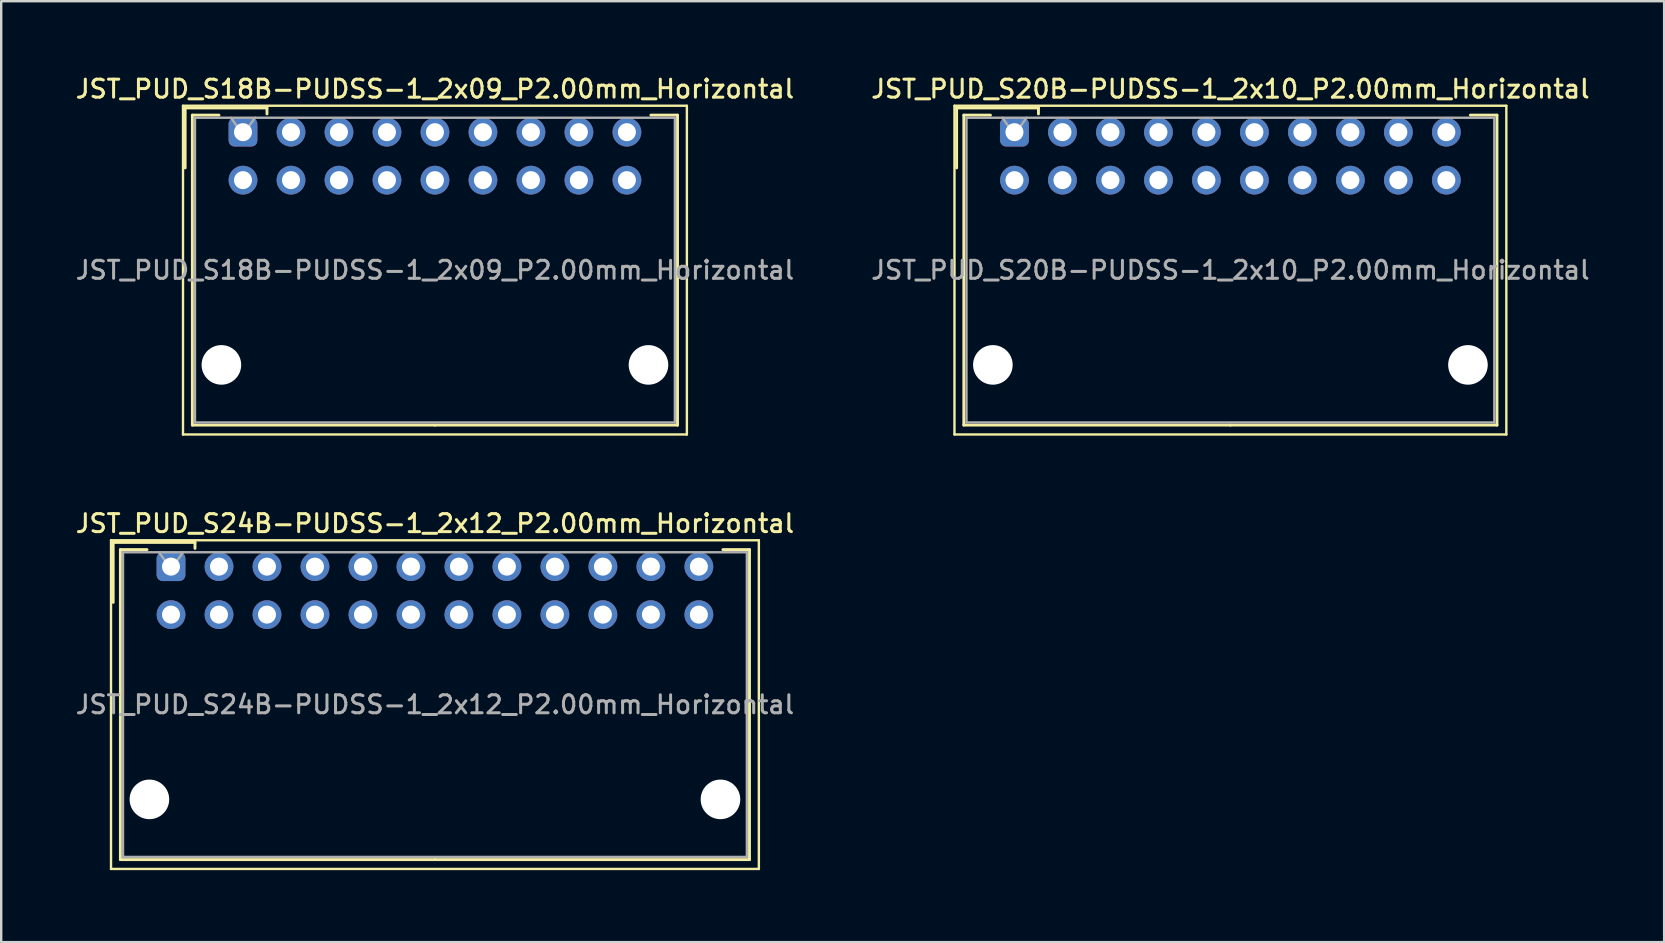
<source format=kicad_pcb>
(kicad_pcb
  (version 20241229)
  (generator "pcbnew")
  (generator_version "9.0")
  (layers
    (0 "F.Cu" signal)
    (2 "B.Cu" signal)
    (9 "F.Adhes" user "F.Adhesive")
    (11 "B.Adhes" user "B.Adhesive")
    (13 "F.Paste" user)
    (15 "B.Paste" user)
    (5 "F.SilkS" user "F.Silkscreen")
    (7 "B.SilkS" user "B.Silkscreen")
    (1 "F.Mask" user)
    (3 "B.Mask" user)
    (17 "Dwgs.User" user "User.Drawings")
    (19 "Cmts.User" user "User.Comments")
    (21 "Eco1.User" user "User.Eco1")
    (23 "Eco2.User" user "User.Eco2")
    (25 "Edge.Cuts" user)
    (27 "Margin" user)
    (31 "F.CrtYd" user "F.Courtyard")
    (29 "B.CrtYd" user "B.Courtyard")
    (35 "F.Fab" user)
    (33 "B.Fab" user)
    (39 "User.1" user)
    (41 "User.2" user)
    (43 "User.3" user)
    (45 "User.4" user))
  (footprint "JST_PUD_S18B-PUDSS-1_2x09_P2.00mm_Horizontal"
    (layer "F.Cu")
    (at 7.077 2.458)
    (property "Reference" "JST_PUD_S18B-PUDSS-1_2x09_P2.00mm_Horizontal" (at 8 -1.8 0) (layer "F.SilkS") (effects (font (size 0.75 0.75) (thickness 0.125))))
    (attr through_hole)
    (fp_line (start -2.5 -1.1) (end -2.5 12.6) (stroke (width 0.1) (type solid)) (layer "F.SilkS"))
    (fp_line (start -2.5 12.6) (end 18.5 12.6) (stroke (width 0.1) (type solid)) (layer "F.SilkS"))
    (fp_line (start -2.41 -1.01) (end -2.41 1.49) (stroke (width 0.12) (type solid)) (layer "F.SilkS"))
    (fp_line (start -2.11 -0.71) (end -2.11 12.21) (stroke (width 0.12) (type solid)) (layer "F.SilkS"))
    (fp_line (start -2.11 12.21) (end 8 12.21) (stroke (width 0.12) (type solid)) (layer "F.SilkS"))
    (fp_line (start -1 -0.71) (end -2.11 -0.71) (stroke (width 0.12) (type solid)) (layer "F.SilkS"))
    (fp_line (start 1 -1.01) (end -2.41 -1.01) (stroke (width 0.12) (type solid)) (layer "F.SilkS"))
    (fp_line (start 1 -0.76) (end 1 -1.01) (stroke (width 0.12) (type solid)) (layer "F.SilkS"))
    (fp_line (start 17 -0.71) (end 18.11 -0.71) (stroke (width 0.12) (type solid)) (layer "F.SilkS"))
    (fp_line (start 18.11 -0.71) (end 18.11 12.21) (stroke (width 0.12) (type solid)) (layer "F.SilkS"))
    (fp_line (start 18.11 12.21) (end 8 12.21) (stroke (width 0.12) (type solid)) (layer "F.SilkS"))
    (fp_line (start 18.5 -1.1) (end -2.5 -1.1) (stroke (width 0.1) (type solid)) (layer "F.SilkS"))
    (fp_line (start 18.5 12.6) (end 18.5 -1.1) (stroke (width 0.1) (type solid)) (layer "F.SilkS"))
    (fp_line (start -2 -0.6) (end -2 12.1) (stroke (width 0.1) (type solid)) (layer "F.Fab"))
    (fp_line (start -2 12.1) (end 18 12.1) (stroke (width 0.1) (type solid)) (layer "F.Fab"))
    (fp_line (start 0 0.107) (end -0.5 -0.6) (stroke (width 0.1) (type solid)) (layer "F.Fab"))
    (fp_line (start 0.5 -0.6) (end 0 0.107) (stroke (width 0.1) (type solid)) (layer "F.Fab"))
    (fp_line (start 18 -0.6) (end -2 -0.6) (stroke (width 0.1) (type solid)) (layer "F.Fab"))
    (fp_line (start 18 12.1) (end 18 -0.6) (stroke (width 0.1) (type solid)) (layer "F.Fab"))
    (fp_text user "${REFERENCE}" (at 8 5.75 0) (layer "F.Fab") (effects (font (size 0.75 0.75) (thickness 0.125))))
    (pad "" np_thru_hole circle (at -0.9 9.7) (size 1.65 1.65) (drill 1.65) (layers "*.Cu" "*.Mask"))
    (pad "" np_thru_hole circle (at 16.9 9.7) (size 1.65 1.65) (drill 1.65) (layers "*.Cu" "*.Mask"))
    (pad "1" thru_hole roundrect (at 0 0) (size 1.2 1.2) (drill 0.75) (layers "*.Cu" "*.Mask") (roundrect_rratio 0.208))
    (pad "2" thru_hole circle (at 0 2) (size 1.2 1.2) (drill 0.75) (layers "*.Cu" "*.Mask"))
    (pad "3" thru_hole circle (at 2 0) (size 1.2 1.2) (drill 0.75) (layers "*.Cu" "*.Mask"))
    (pad "4" thru_hole circle (at 2 2) (size 1.2 1.2) (drill 0.75) (layers "*.Cu" "*.Mask"))
    (pad "5" thru_hole circle (at 4 0) (size 1.2 1.2) (drill 0.75) (layers "*.Cu" "*.Mask"))
    (pad "6" thru_hole circle (at 4 2) (size 1.2 1.2) (drill 0.75) (layers "*.Cu" "*.Mask"))
    (pad "7" thru_hole circle (at 6 0) (size 1.2 1.2) (drill 0.75) (layers "*.Cu" "*.Mask"))
    (pad "8" thru_hole circle (at 6 2) (size 1.2 1.2) (drill 0.75) (layers "*.Cu" "*.Mask"))
    (pad "9" thru_hole circle (at 8 0) (size 1.2 1.2) (drill 0.75) (layers "*.Cu" "*.Mask"))
    (pad "10" thru_hole circle (at 8 2) (size 1.2 1.2) (drill 0.75) (layers "*.Cu" "*.Mask"))
    (pad "11" thru_hole circle (at 10 0) (size 1.2 1.2) (drill 0.75) (layers "*.Cu" "*.Mask"))
    (pad "12" thru_hole circle (at 10 2) (size 1.2 1.2) (drill 0.75) (layers "*.Cu" "*.Mask"))
    (pad "13" thru_hole circle (at 12 0) (size 1.2 1.2) (drill 0.75) (layers "*.Cu" "*.Mask"))
    (pad "14" thru_hole circle (at 12 2) (size 1.2 1.2) (drill 0.75) (layers "*.Cu" "*.Mask"))
    (pad "15" thru_hole circle (at 14 0) (size 1.2 1.2) (drill 0.75) (layers "*.Cu" "*.Mask"))
    (pad "16" thru_hole circle (at 14 2) (size 1.2 1.2) (drill 0.75) (layers "*.Cu" "*.Mask"))
    (pad "17" thru_hole circle (at 16 0) (size 1.2 1.2) (drill 0.75) (layers "*.Cu" "*.Mask"))
    (pad "18" thru_hole circle (at 16 2) (size 1.2 1.2) (drill 0.75) (layers "*.Cu" "*.Mask")))
  (footprint "JST_PUD_S20B-PUDSS-1_2x10_P2.00mm_Horizontal"
    (layer "F.Cu")
    (at 39.23 2.458)
    (property "Reference" "JST_PUD_S20B-PUDSS-1_2x10_P2.00mm_Horizontal" (at 9 -1.8 0) (layer "F.SilkS") (effects (font (size 0.75 0.75) (thickness 0.125))))
    (attr through_hole)
    (fp_line (start -2.5 -1.1) (end -2.5 12.6) (stroke (width 0.1) (type solid)) (layer "F.SilkS"))
    (fp_line (start -2.5 12.6) (end 20.5 12.6) (stroke (width 0.1) (type solid)) (layer "F.SilkS"))
    (fp_line (start -2.41 -1.01) (end -2.41 1.49) (stroke (width 0.12) (type solid)) (layer "F.SilkS"))
    (fp_line (start -2.11 -0.71) (end -2.11 12.21) (stroke (width 0.12) (type solid)) (layer "F.SilkS"))
    (fp_line (start -2.11 12.21) (end 9 12.21) (stroke (width 0.12) (type solid)) (layer "F.SilkS"))
    (fp_line (start -1 -0.71) (end -2.11 -0.71) (stroke (width 0.12) (type solid)) (layer "F.SilkS"))
    (fp_line (start 1 -1.01) (end -2.41 -1.01) (stroke (width 0.12) (type solid)) (layer "F.SilkS"))
    (fp_line (start 1 -0.76) (end 1 -1.01) (stroke (width 0.12) (type solid)) (layer "F.SilkS"))
    (fp_line (start 19 -0.71) (end 20.11 -0.71) (stroke (width 0.12) (type solid)) (layer "F.SilkS"))
    (fp_line (start 20.11 -0.71) (end 20.11 12.21) (stroke (width 0.12) (type solid)) (layer "F.SilkS"))
    (fp_line (start 20.11 12.21) (end 9 12.21) (stroke (width 0.12) (type solid)) (layer "F.SilkS"))
    (fp_line (start 20.5 -1.1) (end -2.5 -1.1) (stroke (width 0.1) (type solid)) (layer "F.SilkS"))
    (fp_line (start 20.5 12.6) (end 20.5 -1.1) (stroke (width 0.1) (type solid)) (layer "F.SilkS"))
    (fp_line (start -2 -0.6) (end -2 12.1) (stroke (width 0.1) (type solid)) (layer "F.Fab"))
    (fp_line (start -2 12.1) (end 20 12.1) (stroke (width 0.1) (type solid)) (layer "F.Fab"))
    (fp_line (start 0 0.107) (end -0.5 -0.6) (stroke (width 0.1) (type solid)) (layer "F.Fab"))
    (fp_line (start 0.5 -0.6) (end 0 0.107) (stroke (width 0.1) (type solid)) (layer "F.Fab"))
    (fp_line (start 20 -0.6) (end -2 -0.6) (stroke (width 0.1) (type solid)) (layer "F.Fab"))
    (fp_line (start 20 12.1) (end 20 -0.6) (stroke (width 0.1) (type solid)) (layer "F.Fab"))
    (fp_text user "${REFERENCE}" (at 9 5.75 0) (layer "F.Fab") (effects (font (size 0.75 0.75) (thickness 0.125))))
    (pad "" np_thru_hole circle (at -0.9 9.7) (size 1.65 1.65) (drill 1.65) (layers "*.Cu" "*.Mask"))
    (pad "" np_thru_hole circle (at 18.9 9.7) (size 1.65 1.65) (drill 1.65) (layers "*.Cu" "*.Mask"))
    (pad "1" thru_hole roundrect (at 0 0) (size 1.2 1.2) (drill 0.75) (layers "*.Cu" "*.Mask") (roundrect_rratio 0.208))
    (pad "2" thru_hole circle (at 0 2) (size 1.2 1.2) (drill 0.75) (layers "*.Cu" "*.Mask"))
    (pad "3" thru_hole circle (at 2 0) (size 1.2 1.2) (drill 0.75) (layers "*.Cu" "*.Mask"))
    (pad "4" thru_hole circle (at 2 2) (size 1.2 1.2) (drill 0.75) (layers "*.Cu" "*.Mask"))
    (pad "5" thru_hole circle (at 4 0) (size 1.2 1.2) (drill 0.75) (layers "*.Cu" "*.Mask"))
    (pad "6" thru_hole circle (at 4 2) (size 1.2 1.2) (drill 0.75) (layers "*.Cu" "*.Mask"))
    (pad "7" thru_hole circle (at 6 0) (size 1.2 1.2) (drill 0.75) (layers "*.Cu" "*.Mask"))
    (pad "8" thru_hole circle (at 6 2) (size 1.2 1.2) (drill 0.75) (layers "*.Cu" "*.Mask"))
    (pad "9" thru_hole circle (at 8 0) (size 1.2 1.2) (drill 0.75) (layers "*.Cu" "*.Mask"))
    (pad "10" thru_hole circle (at 8 2) (size 1.2 1.2) (drill 0.75) (layers "*.Cu" "*.Mask"))
    (pad "11" thru_hole circle (at 10 0) (size 1.2 1.2) (drill 0.75) (layers "*.Cu" "*.Mask"))
    (pad "12" thru_hole circle (at 10 2) (size 1.2 1.2) (drill 0.75) (layers "*.Cu" "*.Mask"))
    (pad "13" thru_hole circle (at 12 0) (size 1.2 1.2) (drill 0.75) (layers "*.Cu" "*.Mask"))
    (pad "14" thru_hole circle (at 12 2) (size 1.2 1.2) (drill 0.75) (layers "*.Cu" "*.Mask"))
    (pad "15" thru_hole circle (at 14 0) (size 1.2 1.2) (drill 0.75) (layers "*.Cu" "*.Mask"))
    (pad "16" thru_hole circle (at 14 2) (size 1.2 1.2) (drill 0.75) (layers "*.Cu" "*.Mask"))
    (pad "17" thru_hole circle (at 16 0) (size 1.2 1.2) (drill 0.75) (layers "*.Cu" "*.Mask"))
    (pad "18" thru_hole circle (at 16 2) (size 1.2 1.2) (drill 0.75) (layers "*.Cu" "*.Mask"))
    (pad "19" thru_hole circle (at 18 0) (size 1.2 1.2) (drill 0.75) (layers "*.Cu" "*.Mask"))
    (pad "20" thru_hole circle (at 18 2) (size 1.2 1.2) (drill 0.75) (layers "*.Cu" "*.Mask")))
  (footprint "JST_PUD_S24B-PUDSS-1_2x12_P2.00mm_Horizontal"
    (layer "F.Cu")
    (at 4.077 20.566)
    (property "Reference" "JST_PUD_S24B-PUDSS-1_2x12_P2.00mm_Horizontal" (at 11 -1.8 0) (layer "F.SilkS") (effects (font (size 0.75 0.75) (thickness 0.125))))
    (attr through_hole)
    (fp_line (start -2.5 -1.1) (end -2.5 12.6) (stroke (width 0.1) (type solid)) (layer "F.SilkS"))
    (fp_line (start -2.5 12.6) (end 24.5 12.6) (stroke (width 0.1) (type solid)) (layer "F.SilkS"))
    (fp_line (start -2.41 -1.01) (end -2.41 1.49) (stroke (width 0.12) (type solid)) (layer "F.SilkS"))
    (fp_line (start -2.11 -0.71) (end -2.11 12.21) (stroke (width 0.12) (type solid)) (layer "F.SilkS"))
    (fp_line (start -2.11 12.21) (end 11 12.21) (stroke (width 0.12) (type solid)) (layer "F.SilkS"))
    (fp_line (start -1 -0.71) (end -2.11 -0.71) (stroke (width 0.12) (type solid)) (layer "F.SilkS"))
    (fp_line (start 1 -1.01) (end -2.41 -1.01) (stroke (width 0.12) (type solid)) (layer "F.SilkS"))
    (fp_line (start 1 -0.76) (end 1 -1.01) (stroke (width 0.12) (type solid)) (layer "F.SilkS"))
    (fp_line (start 23 -0.71) (end 24.11 -0.71) (stroke (width 0.12) (type solid)) (layer "F.SilkS"))
    (fp_line (start 24.11 -0.71) (end 24.11 12.21) (stroke (width 0.12) (type solid)) (layer "F.SilkS"))
    (fp_line (start 24.11 12.21) (end 11 12.21) (stroke (width 0.12) (type solid)) (layer "F.SilkS"))
    (fp_line (start 24.5 -1.1) (end -2.5 -1.1) (stroke (width 0.1) (type solid)) (layer "F.SilkS"))
    (fp_line (start 24.5 12.6) (end 24.5 -1.1) (stroke (width 0.1) (type solid)) (layer "F.SilkS"))
    (fp_line (start -2 -0.6) (end -2 12.1) (stroke (width 0.1) (type solid)) (layer "F.Fab"))
    (fp_line (start -2 12.1) (end 24 12.1) (stroke (width 0.1) (type solid)) (layer "F.Fab"))
    (fp_line (start 0 0.107) (end -0.5 -0.6) (stroke (width 0.1) (type solid)) (layer "F.Fab"))
    (fp_line (start 0.5 -0.6) (end 0 0.107) (stroke (width 0.1) (type solid)) (layer "F.Fab"))
    (fp_line (start 24 -0.6) (end -2 -0.6) (stroke (width 0.1) (type solid)) (layer "F.Fab"))
    (fp_line (start 24 12.1) (end 24 -0.6) (stroke (width 0.1) (type solid)) (layer "F.Fab"))
    (fp_text user "${REFERENCE}" (at 11 5.75 0) (layer "F.Fab") (effects (font (size 0.75 0.75) (thickness 0.125))))
    (pad "" np_thru_hole circle (at -0.9 9.7) (size 1.65 1.65) (drill 1.65) (layers "*.Cu" "*.Mask"))
    (pad "" np_thru_hole circle (at 22.9 9.7) (size 1.65 1.65) (drill 1.65) (layers "*.Cu" "*.Mask"))
    (pad "1" thru_hole roundrect (at 0 0) (size 1.2 1.2) (drill 0.75) (layers "*.Cu" "*.Mask") (roundrect_rratio 0.208))
    (pad "2" thru_hole circle (at 0 2) (size 1.2 1.2) (drill 0.75) (layers "*.Cu" "*.Mask"))
    (pad "3" thru_hole circle (at 2 0) (size 1.2 1.2) (drill 0.75) (layers "*.Cu" "*.Mask"))
    (pad "4" thru_hole circle (at 2 2) (size 1.2 1.2) (drill 0.75) (layers "*.Cu" "*.Mask"))
    (pad "5" thru_hole circle (at 4 0) (size 1.2 1.2) (drill 0.75) (layers "*.Cu" "*.Mask"))
    (pad "6" thru_hole circle (at 4 2) (size 1.2 1.2) (drill 0.75) (layers "*.Cu" "*.Mask"))
    (pad "7" thru_hole circle (at 6 0) (size 1.2 1.2) (drill 0.75) (layers "*.Cu" "*.Mask"))
    (pad "8" thru_hole circle (at 6 2) (size 1.2 1.2) (drill 0.75) (layers "*.Cu" "*.Mask"))
    (pad "9" thru_hole circle (at 8 0) (size 1.2 1.2) (drill 0.75) (layers "*.Cu" "*.Mask"))
    (pad "10" thru_hole circle (at 8 2) (size 1.2 1.2) (drill 0.75) (layers "*.Cu" "*.Mask"))
    (pad "11" thru_hole circle (at 10 0) (size 1.2 1.2) (drill 0.75) (layers "*.Cu" "*.Mask"))
    (pad "12" thru_hole circle (at 10 2) (size 1.2 1.2) (drill 0.75) (layers "*.Cu" "*.Mask"))
    (pad "13" thru_hole circle (at 12 0) (size 1.2 1.2) (drill 0.75) (layers "*.Cu" "*.Mask"))
    (pad "14" thru_hole circle (at 12 2) (size 1.2 1.2) (drill 0.75) (layers "*.Cu" "*.Mask"))
    (pad "15" thru_hole circle (at 14 0) (size 1.2 1.2) (drill 0.75) (layers "*.Cu" "*.Mask"))
    (pad "16" thru_hole circle (at 14 2) (size 1.2 1.2) (drill 0.75) (layers "*.Cu" "*.Mask"))
    (pad "17" thru_hole circle (at 16 0) (size 1.2 1.2) (drill 0.75) (layers "*.Cu" "*.Mask"))
    (pad "18" thru_hole circle (at 16 2) (size 1.2 1.2) (drill 0.75) (layers "*.Cu" "*.Mask"))
    (pad "19" thru_hole circle (at 18 0) (size 1.2 1.2) (drill 0.75) (layers "*.Cu" "*.Mask"))
    (pad "20" thru_hole circle (at 18 2) (size 1.2 1.2) (drill 0.75) (layers "*.Cu" "*.Mask"))
    (pad "21" thru_hole circle (at 20 0) (size 1.2 1.2) (drill 0.75) (layers "*.Cu" "*.Mask"))
    (pad "22" thru_hole circle (at 20 2) (size 1.2 1.2) (drill 0.75) (layers "*.Cu" "*.Mask"))
    (pad "23" thru_hole circle (at 22 0) (size 1.2 1.2) (drill 0.75) (layers "*.Cu" "*.Mask"))
    (pad "24" thru_hole circle (at 22 2) (size 1.2 1.2) (drill 0.75) (layers "*.Cu" "*.Mask")))
  (gr_rect
    (start -3 -3)
    (end 66.307 36.216)
    (stroke (width 0.1) (type default))
    (fill no)
    (layer "Edge.Cuts")))
</source>
